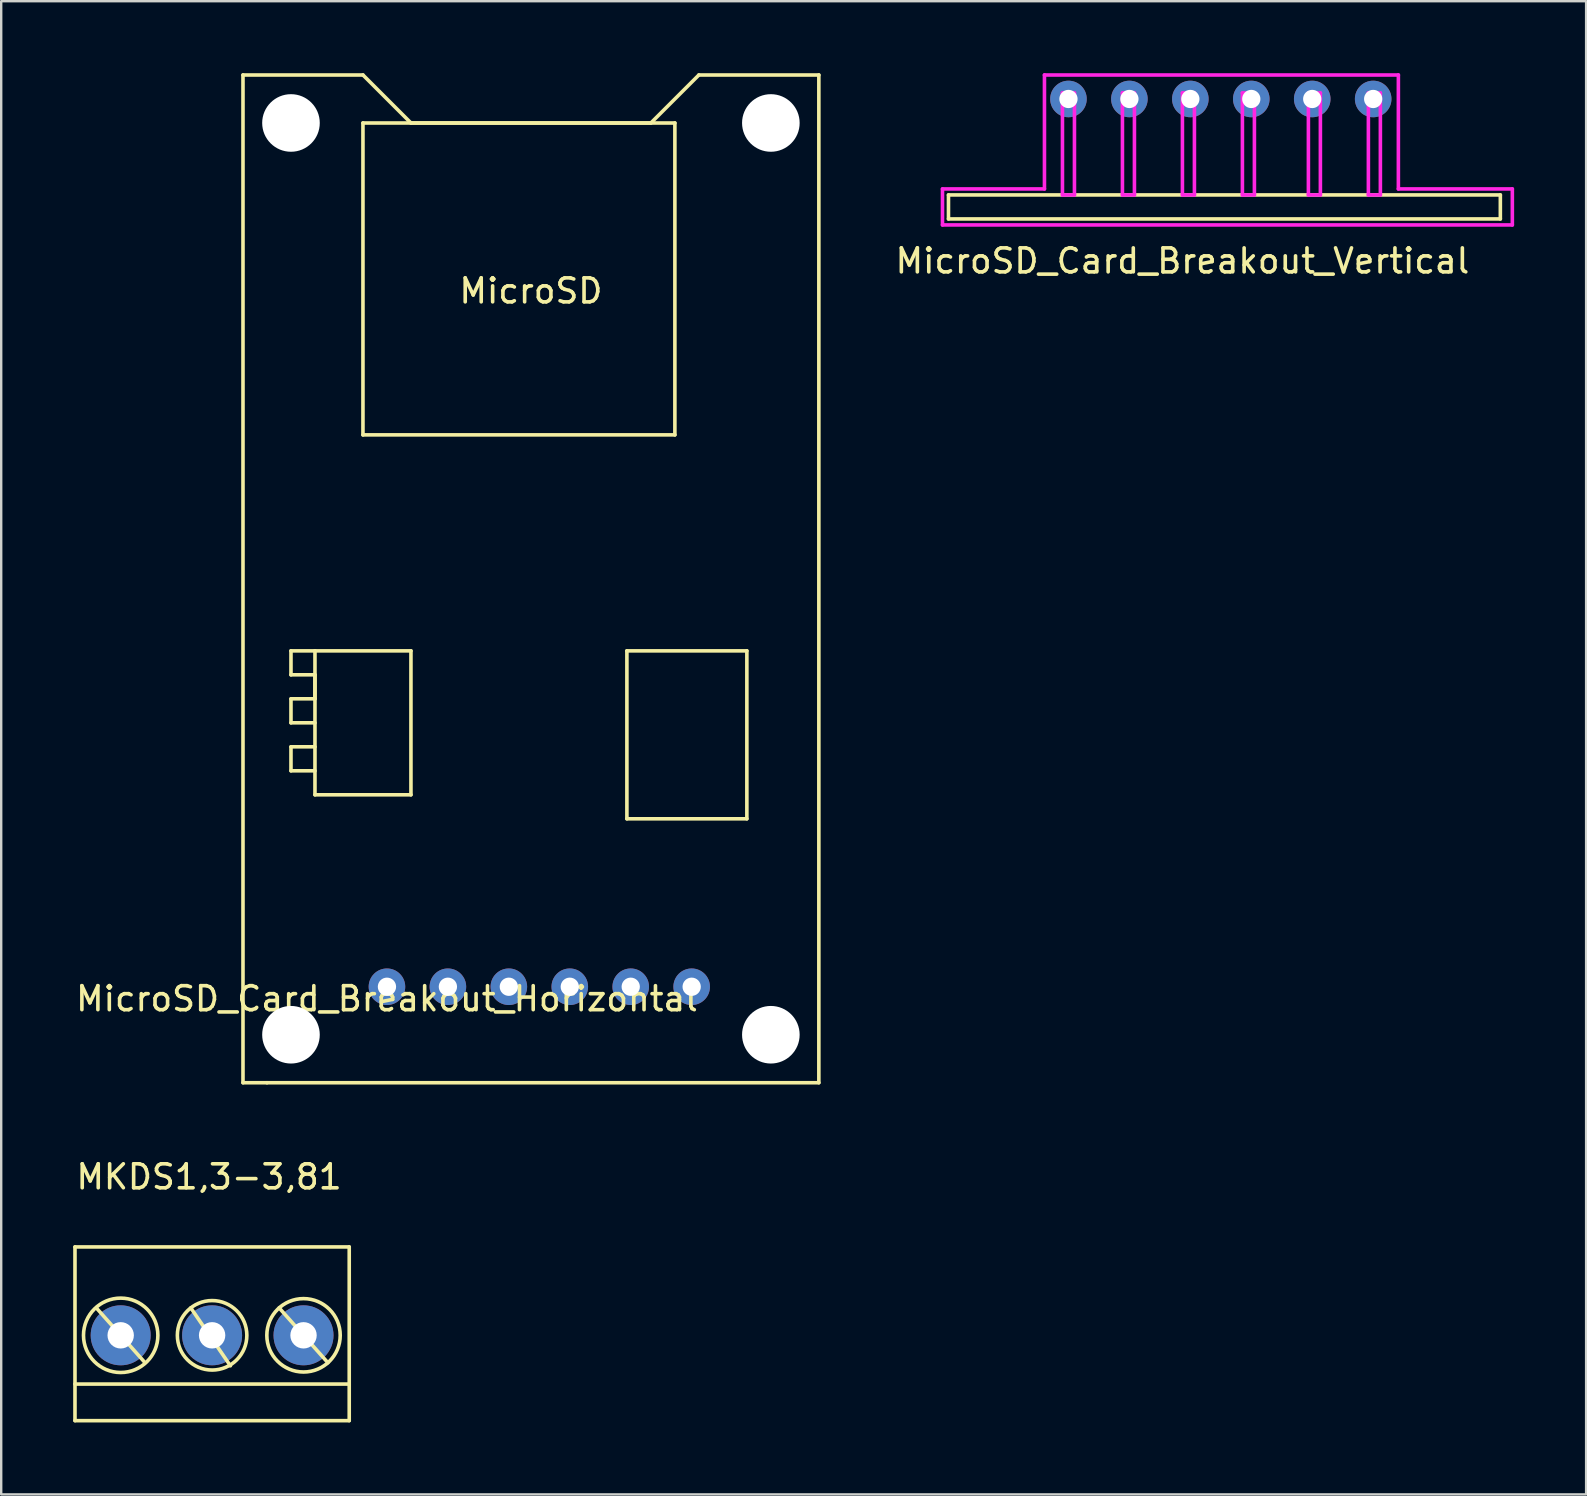
<source format=kicad_pcb>
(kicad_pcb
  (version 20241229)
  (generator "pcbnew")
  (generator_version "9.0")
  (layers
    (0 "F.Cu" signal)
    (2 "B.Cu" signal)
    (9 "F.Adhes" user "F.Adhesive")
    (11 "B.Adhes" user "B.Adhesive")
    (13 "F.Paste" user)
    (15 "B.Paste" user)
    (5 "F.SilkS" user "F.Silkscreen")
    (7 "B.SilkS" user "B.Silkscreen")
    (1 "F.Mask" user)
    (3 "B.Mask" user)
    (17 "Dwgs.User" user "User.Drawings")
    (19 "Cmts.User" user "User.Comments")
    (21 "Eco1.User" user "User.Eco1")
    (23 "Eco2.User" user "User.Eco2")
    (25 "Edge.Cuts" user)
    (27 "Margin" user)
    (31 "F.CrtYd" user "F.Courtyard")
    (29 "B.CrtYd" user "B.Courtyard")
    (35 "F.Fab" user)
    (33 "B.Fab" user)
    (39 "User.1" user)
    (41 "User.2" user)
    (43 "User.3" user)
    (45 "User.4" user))
  (footprint "MicroSD_Card_Breakout_Horizontal"
    (layer "F.Cu")
    (at 13.077 38.075)
    (property "Reference" "MicroSD_Card_Breakout_Horizontal" (at 0 0.5 0) (layer "F.SilkS") (effects (font (size 1 1) (thickness 0.15))))
    (attr through_hole)
    (fp_line (start -6 -38) (end -6 4) (stroke (width 0.15) (type solid)) (layer "F.SilkS"))
    (fp_line (start -6 4) (end -5 4) (stroke (width 0.15) (type solid)) (layer "F.SilkS"))
    (fp_line (start -5 4) (end 18 4) (stroke (width 0.15) (type solid)) (layer "F.SilkS"))
    (fp_line (start -4 -14) (end -3 -14) (stroke (width 0.15) (type solid)) (layer "F.SilkS"))
    (fp_line (start -4 -13) (end -4 -14) (stroke (width 0.15) (type solid)) (layer "F.SilkS"))
    (fp_line (start -4 -12) (end -3 -12) (stroke (width 0.15) (type solid)) (layer "F.SilkS"))
    (fp_line (start -4 -11) (end -4 -12) (stroke (width 0.15) (type solid)) (layer "F.SilkS"))
    (fp_line (start -4 -10) (end -3 -10) (stroke (width 0.15) (type solid)) (layer "F.SilkS"))
    (fp_line (start -4 -9) (end -4 -10) (stroke (width 0.15) (type solid)) (layer "F.SilkS"))
    (fp_line (start -3 -14) (end -3 -8) (stroke (width 0.15) (type solid)) (layer "F.SilkS"))
    (fp_line (start -3 -13) (end -4 -13) (stroke (width 0.15) (type solid)) (layer "F.SilkS"))
    (fp_line (start -3 -12) (end -3 -13) (stroke (width 0.15) (type solid)) (layer "F.SilkS"))
    (fp_line (start -3 -11) (end -4 -11) (stroke (width 0.15) (type solid)) (layer "F.SilkS"))
    (fp_line (start -3 -9) (end -4 -9) (stroke (width 0.15) (type solid)) (layer "F.SilkS"))
    (fp_line (start -3 -8) (end 1 -8) (stroke (width 0.15) (type solid)) (layer "F.SilkS"))
    (fp_line (start -1 -38) (end -6 -38) (stroke (width 0.15) (type solid)) (layer "F.SilkS"))
    (fp_line (start -1 -36) (end -1 -23) (stroke (width 0.15) (type solid)) (layer "F.SilkS"))
    (fp_line (start -1 -23) (end 12 -23) (stroke (width 0.15) (type solid)) (layer "F.SilkS"))
    (fp_line (start 1 -36) (end -1 -38) (stroke (width 0.15) (type solid)) (layer "F.SilkS"))
    (fp_line (start 1 -14) (end -3 -14) (stroke (width 0.15) (type solid)) (layer "F.SilkS"))
    (fp_line (start 1 -8) (end 1 -14) (stroke (width 0.15) (type solid)) (layer "F.SilkS"))
    (fp_line (start 10 -14) (end 10 -7) (stroke (width 0.15) (type solid)) (layer "F.SilkS"))
    (fp_line (start 10 -7) (end 15 -7) (stroke (width 0.15) (type solid)) (layer "F.SilkS"))
    (fp_line (start 11 -36) (end 1 -36) (stroke (width 0.15) (type solid)) (layer "F.SilkS"))
    (fp_line (start 12 -36) (end -1 -36) (stroke (width 0.15) (type solid)) (layer "F.SilkS"))
    (fp_line (start 12 -23) (end 12 -36) (stroke (width 0.15) (type solid)) (layer "F.SilkS"))
    (fp_line (start 13 -38) (end 11 -36) (stroke (width 0.15) (type solid)) (layer "F.SilkS"))
    (fp_line (start 13 -38) (end 18 -38) (stroke (width 0.15) (type solid)) (layer "F.SilkS"))
    (fp_line (start 15 -14) (end 10 -14) (stroke (width 0.15) (type solid)) (layer "F.SilkS"))
    (fp_line (start 15 -7) (end 15 -14) (stroke (width 0.15) (type solid)) (layer "F.SilkS"))
    (fp_line (start 18 4) (end 18 -38) (stroke (width 0.15) (type solid)) (layer "F.SilkS"))
    (fp_text user "MicroSD" (at 6 -29 0) (layer "F.SilkS") (effects (font (size 1 1) (thickness 0.15))))
    (pad "" np_thru_hole circle (at -4 -36) (size 2.4 2.4) (drill 2.4) (layers "*.Cu" "*.Mask"))
    (pad "" np_thru_hole circle (at -4 2) (size 2.4 2.4) (drill 2.4) (layers "*.Cu" "*.Mask"))
    (pad "" np_thru_hole circle (at 16 -36) (size 2.4 2.4) (drill 2.4) (layers "*.Cu" "*.Mask"))
    (pad "" np_thru_hole circle (at 16 2) (size 2.4 2.4) (drill 2.4) (layers "*.Cu" "*.Mask"))
    (pad "1" thru_hole circle (at 0 0) (size 1.524 1.524) (drill 0.762) (layers "*.Cu" "*.Mask"))
    (pad "2" thru_hole circle (at 2.54 0) (size 1.524 1.524) (drill 0.762) (layers "*.Cu" "*.Mask"))
    (pad "3" thru_hole circle (at 5.08 0) (size 1.524 1.524) (drill 0.762) (layers "*.Cu" "*.Mask"))
    (pad "4" thru_hole circle (at 7.62 0) (size 1.524 1.524) (drill 0.762) (layers "*.Cu" "*.Mask"))
    (pad "5" thru_hole circle (at 10.16 0) (size 1.524 1.524) (drill 0.762) (layers "*.Cu" "*.Mask"))
    (pad "6" thru_hole circle (at 12.7 0) (size 1.524 1.524) (drill 0.762) (layers "*.Cu" "*.Mask")))
  (footprint "MicroSD_Card_Breakout_Vertical"
    (layer "F.Cu")
    (at 41.48 1.075)
    (property "Reference" "MicroSD_Card_Breakout_Vertical" (at 4.75 6.75 0) (layer "F.SilkS") (effects (font (size 1 1) (thickness 0.15))))
    (attr through_hole)
    (fp_line (start -5 4) (end -5 5) (stroke (width 0.15) (type solid)) (layer "F.SilkS"))
    (fp_line (start -5 5) (end 18 5) (stroke (width 0.15) (type solid)) (layer "F.SilkS"))
    (fp_line (start 18 4) (end -5 4) (stroke (width 0.15) (type solid)) (layer "F.SilkS"))
    (fp_line (start 18 5) (end 18 4) (stroke (width 0.15) (type solid)) (layer "F.SilkS"))
    (fp_line (start -5.25 3.75) (end -1 3.75) (stroke (width 0.15) (type solid)) (layer "F.CrtYd"))
    (fp_line (start -5.25 5.25) (end -5.25 3.75) (stroke (width 0.15) (type solid)) (layer "F.CrtYd"))
    (fp_line (start -1 -1) (end 13.75 -1) (stroke (width 0.15) (type solid)) (layer "F.CrtYd"))
    (fp_line (start -1 3.75) (end -1 -1) (stroke (width 0.15) (type solid)) (layer "F.CrtYd"))
    (fp_line (start -0.25 -0.25) (end -0.25 0) (stroke (width 0.15) (type solid)) (layer "F.CrtYd"))
    (fp_line (start -0.25 -0.25) (end 0.25 -0.25) (stroke (width 0.15) (type solid)) (layer "F.CrtYd"))
    (fp_line (start -0.25 0) (end -0.25 4) (stroke (width 0.15) (type solid)) (layer "F.CrtYd"))
    (fp_line (start -0.25 4) (end 0.25 4) (stroke (width 0.15) (type solid)) (layer "F.CrtYd"))
    (fp_line (start 0.25 -0.25) (end 0.25 0) (stroke (width 0.15) (type solid)) (layer "F.CrtYd"))
    (fp_line (start 0.25 0) (end 0.25 4) (stroke (width 0.15) (type solid)) (layer "F.CrtYd"))
    (fp_line (start 2.25 -0.25) (end 2.75 -0.25) (stroke (width 0.15) (type solid)) (layer "F.CrtYd"))
    (fp_line (start 2.25 4) (end 2.25 -0.25) (stroke (width 0.15) (type solid)) (layer "F.CrtYd"))
    (fp_line (start 2.75 -0.25) (end 2.75 4) (stroke (width 0.15) (type solid)) (layer "F.CrtYd"))
    (fp_line (start 2.75 4) (end 2.25 4) (stroke (width 0.15) (type solid)) (layer "F.CrtYd"))
    (fp_line (start 4.75 -0.25) (end 4.75 4) (stroke (width 0.15) (type solid)) (layer "F.CrtYd"))
    (fp_line (start 4.75 4) (end 5.25 4) (stroke (width 0.15) (type solid)) (layer "F.CrtYd"))
    (fp_line (start 5.25 -0.25) (end 4.75 -0.25) (stroke (width 0.15) (type solid)) (layer "F.CrtYd"))
    (fp_line (start 5.25 4) (end 5.25 -0.25) (stroke (width 0.15) (type solid)) (layer "F.CrtYd"))
    (fp_line (start 7.25 -0.25) (end 7.75 -0.25) (stroke (width 0.15) (type solid)) (layer "F.CrtYd"))
    (fp_line (start 7.25 4) (end 7.25 -0.25) (stroke (width 0.15) (type solid)) (layer "F.CrtYd"))
    (fp_line (start 7.75 -0.25) (end 7.75 4) (stroke (width 0.15) (type solid)) (layer "F.CrtYd"))
    (fp_line (start 7.75 4) (end 7.25 4) (stroke (width 0.15) (type solid)) (layer "F.CrtYd"))
    (fp_line (start 10 -0.25) (end 10.5 -0.25) (stroke (width 0.15) (type solid)) (layer "F.CrtYd"))
    (fp_line (start 10 4) (end 10 -0.25) (stroke (width 0.15) (type solid)) (layer "F.CrtYd"))
    (fp_line (start 10.5 -0.25) (end 10.5 4) (stroke (width 0.15) (type solid)) (layer "F.CrtYd"))
    (fp_line (start 10.5 4) (end 10 4) (stroke (width 0.15) (type solid)) (layer "F.CrtYd"))
    (fp_line (start 12.5 -0.25) (end 13 -0.25) (stroke (width 0.15) (type solid)) (layer "F.CrtYd"))
    (fp_line (start 12.5 4) (end 12.5 -0.25) (stroke (width 0.15) (type solid)) (layer "F.CrtYd"))
    (fp_line (start 13 -0.25) (end 13 4) (stroke (width 0.15) (type solid)) (layer "F.CrtYd"))
    (fp_line (start 13 4) (end 12.5 4) (stroke (width 0.15) (type solid)) (layer "F.CrtYd"))
    (fp_line (start 13.75 -1) (end 13.75 3.75) (stroke (width 0.15) (type solid)) (layer "F.CrtYd"))
    (fp_line (start 13.75 3.75) (end 18.5 3.75) (stroke (width 0.15) (type solid)) (layer "F.CrtYd"))
    (fp_line (start 18.5 3.75) (end 18.5 5.25) (stroke (width 0.15) (type solid)) (layer "F.CrtYd"))
    (fp_line (start 18.5 5.25) (end -5.25 5.25) (stroke (width 0.15) (type solid)) (layer "F.CrtYd"))
    (pad "1" thru_hole circle (at 0 0) (size 1.524 1.524) (drill 0.762) (layers "*.Cu" "*.Mask"))
    (pad "2" thru_hole circle (at 2.54 0) (size 1.524 1.524) (drill 0.762) (layers "*.Cu" "*.Mask"))
    (pad "3" thru_hole circle (at 5.08 0) (size 1.524 1.524) (drill 0.762) (layers "*.Cu" "*.Mask"))
    (pad "4" thru_hole circle (at 7.62 0) (size 1.524 1.524) (drill 0.762) (layers "*.Cu" "*.Mask"))
    (pad "5" thru_hole circle (at 10.16 0) (size 1.524 1.524) (drill 0.762) (layers "*.Cu" "*.Mask"))
    (pad "6" thru_hole circle (at 12.7 0) (size 1.524 1.524) (drill 0.762) (layers "*.Cu" "*.Mask")))
  (footprint "MKDS1,3-3,81"
    (layer "F.Cu")
    (at 5.409 49.554)
    (property "Reference" "MKDS1,3-3,81" (at 0.254 -3.556 0) (layer "F.SilkS") (effects (font (size 1 1) (thickness 0.15))))
    (attr through_hole)
    (fp_line (start -5.334 -0.635) (end 6.096 -0.635) (stroke (width 0.15) (type solid)) (layer "F.SilkS"))
    (fp_line (start -5.334 5.08) (end 6.096 5.08) (stroke (width 0.15) (type solid)) (layer "F.SilkS"))
    (fp_line (start -5.334 6.604) (end -5.334 -0.635) (stroke (width 0.15) (type solid)) (layer "F.SilkS"))
    (fp_line (start -4.445 1.905) (end -2.413 4.191) (stroke (width 0.15) (type solid)) (layer "F.SilkS"))
    (fp_line (start -0.508 1.905) (end 1.143 4.318) (stroke (width 0.15) (type solid)) (layer "F.SilkS"))
    (fp_line (start 3.175 1.905) (end 5.207 4.191) (stroke (width 0.15) (type solid)) (layer "F.SilkS"))
    (fp_line (start 6.096 -0.635) (end 6.096 6.604) (stroke (width 0.15) (type solid)) (layer "F.SilkS"))
    (fp_line (start 6.096 6.604) (end -5.334 6.604) (stroke (width 0.15) (type solid)) (layer "F.SilkS"))
    (fp_circle (center -3.429 3.048) (end -2.159 3.937) (stroke (width 0.15) (type solid)) (fill no) (layer "F.SilkS"))
    (fp_circle (center 0.381 3.048) (end 1.524 3.937) (stroke (width 0.15) (type solid)) (fill no) (layer "F.SilkS"))
    (fp_circle (center 4.191 3.048) (end 5.334 4.064) (stroke (width 0.15) (type solid)) (fill no) (layer "F.SilkS"))
    (pad "1" thru_hole circle (at -3.429 3.048) (size 2.5 2.5) (drill 1.1) (layers "*.Cu" "*.Mask"))
    (pad "2" thru_hole circle (at 0.381 3.048) (size 2.5 2.5) (drill 1.1) (layers "*.Cu" "*.Mask"))
    (pad "3" thru_hole circle (at 4.191 3.048) (size 2.5 2.5) (drill 1.1) (layers "*.Cu" "*.Mask")))
  (gr_rect
    (start -3 -3)
    (end 63.055 59.233)
    (stroke (width 0.1) (type default))
    (fill no)
    (layer "Edge.Cuts")))
</source>
